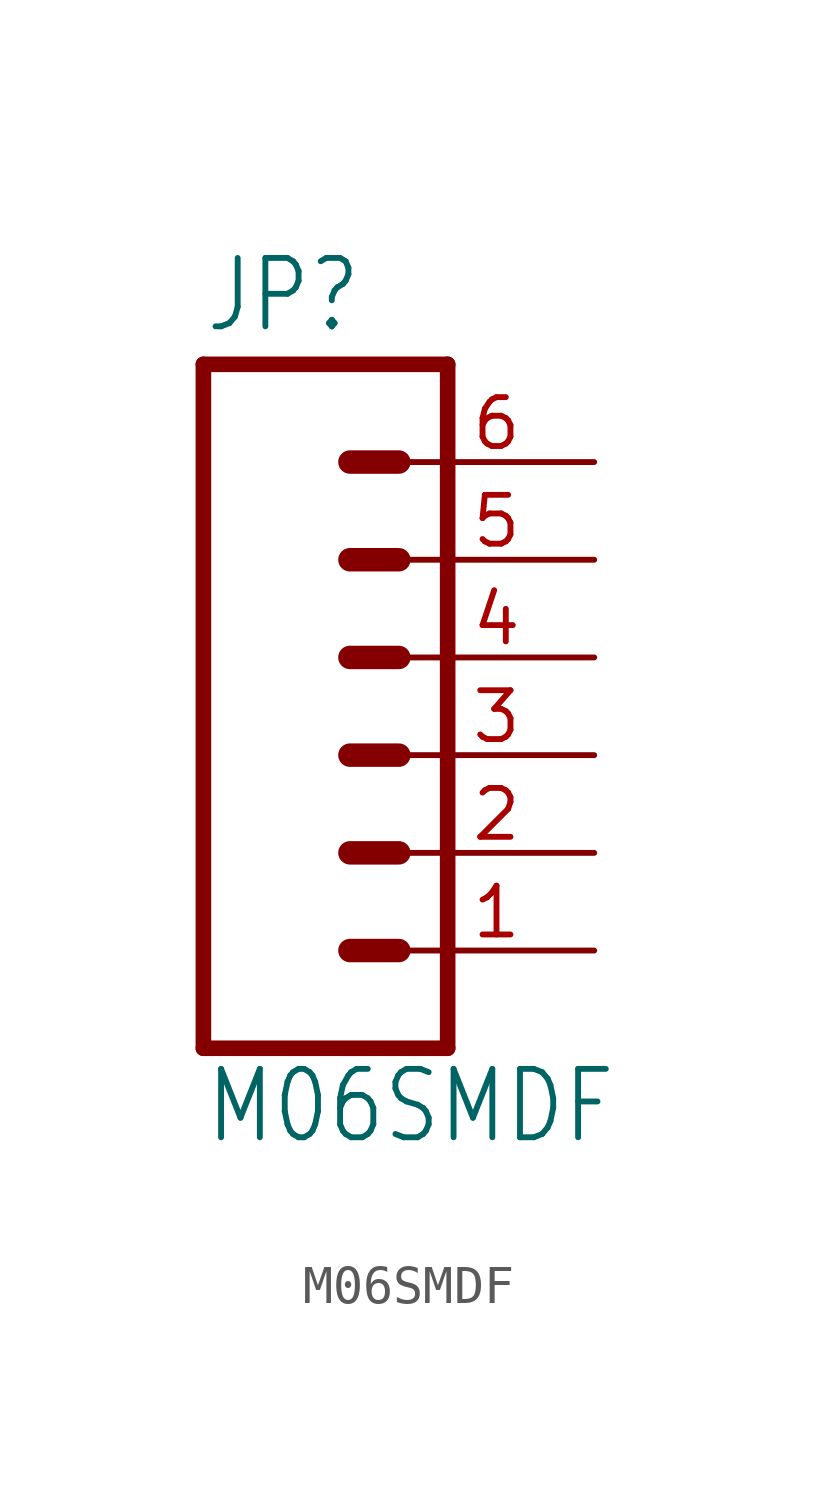
<source format=kicad_sym>
(kicad_symbol_lib
  (version 20211014)
  (generator kicad_symbol_editor)
  (symbol "M06SMDF"
    (property "Reference" "JP"
      (at -5.08 10.922 0)
      (effects (font (size 1.778 1.511)) (justify left bottom)))
    (property "Value" "M06SMDF"
      (at -5.08 -10.16 0)
      (effects (font (size 1.778 1.511)) (justify left bottom)))
    (property "ki_locked" ""
      (at 0 0 0)
      (effects (font (size 1.27 1.27))))
    (symbol "M06SMDF_1_0"
      (polyline (pts (xy -5.08 10.16) (xy -5.08 -7.62)) (stroke (width 0.406) (type default) (color 0 0 0 0)) (fill (type none)))
      (polyline (pts (xy -5.08 10.16) (xy 1.27 10.16)) (stroke (width 0.406) (type default) (color 0 0 0 0)) (fill (type none)))
      (polyline (pts (xy -1.27 -5.08) (xy 0 -5.08)) (stroke (width 0.61) (type default) (color 0 0 0 0)) (fill (type none)))
      (polyline (pts (xy -1.27 -2.54) (xy 0 -2.54)) (stroke (width 0.61) (type default) (color 0 0 0 0)) (fill (type none)))
      (polyline (pts (xy -1.27 0) (xy 0 0)) (stroke (width 0.61) (type default) (color 0 0 0 0)) (fill (type none)))
      (polyline (pts (xy -1.27 2.54) (xy 0 2.54)) (stroke (width 0.61) (type default) (color 0 0 0 0)) (fill (type none)))
      (polyline (pts (xy -1.27 5.08) (xy 0 5.08)) (stroke (width 0.61) (type default) (color 0 0 0 0)) (fill (type none)))
      (polyline (pts (xy -1.27 7.62) (xy 0 7.62)) (stroke (width 0.61) (type default) (color 0 0 0 0)) (fill (type none)))
      (polyline (pts (xy 1.27 -7.62) (xy -5.08 -7.62)) (stroke (width 0.406) (type default) (color 0 0 0 0)) (fill (type none)))
      (polyline (pts (xy 1.27 -7.62) (xy 1.27 10.16)) (stroke (width 0.406) (type default) (color 0 0 0 0)) (fill (type none)))
      (pin passive line (at 5.08 -5.08 180) (length 5.08) (name "1" (effects (font (size 0 0)))) (number "1" (effects (font (size 1.27 1.27)))))
      (pin passive line (at 5.08 -2.54 180) (length 5.08) (name "2" (effects (font (size 0 0)))) (number "2" (effects (font (size 1.27 1.27)))))
      (pin passive line (at 5.08 0 180) (length 5.08) (name "3" (effects (font (size 0 0)))) (number "3" (effects (font (size 1.27 1.27)))))
      (pin passive line (at 5.08 2.54 180) (length 5.08) (name "4" (effects (font (size 0 0)))) (number "4" (effects (font (size 1.27 1.27)))))
      (pin passive line (at 5.08 5.08 180) (length 5.08) (name "5" (effects (font (size 0 0)))) (number "5" (effects (font (size 1.27 1.27)))))
      (pin passive line (at 5.08 7.62 180) (length 5.08) (name "6" (effects (font (size 0 0)))) (number "6" (effects (font (size 1.27 1.27))))))))
</source>
